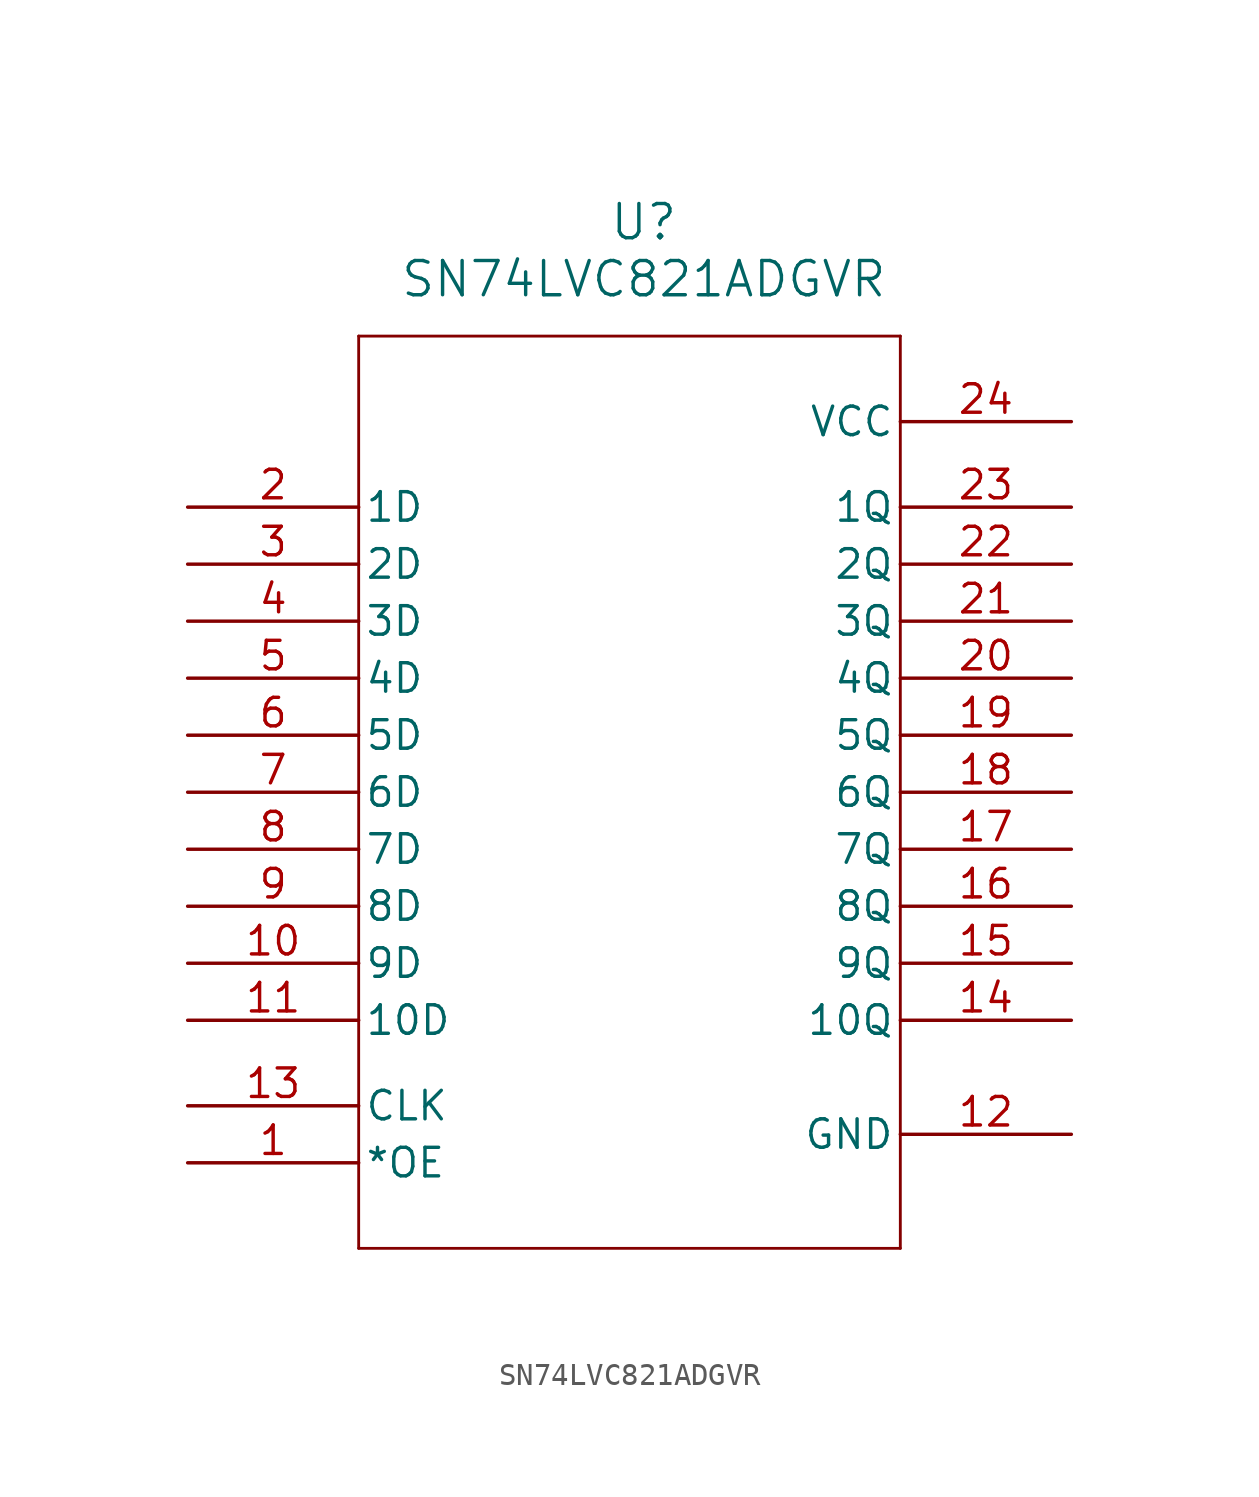
<source format=kicad_sym>
(kicad_symbol_lib
  (version 20241209)
  (generator "kicad_symbol_editor")
  (generator_version "9.0")
  (symbol "SN74LVC821ADGVR"
    (pin_names
      (offset 0.254))
    (property "Reference" "U"
      (at 20.32 10.16 0)
      (effects (font (size 1.524 1.524))))
    (property "Value" "SN74LVC821ADGVR"
      (at 20.32 7.62 0)
      (effects (font (size 1.524 1.524))))
    (property "ki_locked" ""
      (at 0 0 0)
      (effects (font (size 1.27 1.27))))
    (symbol "SN74LVC821ADGVR_0_1"
      (polyline (pts (xy 7.62 5.08) (xy 7.62 -35.56)) (stroke (width 0.127) (type default)) (fill (type none)))
      (polyline (pts (xy 7.62 -35.56) (xy 31.75 -35.56)) (stroke (width 0.127) (type default)) (fill (type none)))
      (polyline (pts (xy 31.75 5.08) (xy 7.62 5.08)) (stroke (width 0.127) (type default)) (fill (type none)))
      (polyline (pts (xy 31.75 -35.56) (xy 31.75 5.08)) (stroke (width 0.127) (type default)) (fill (type none)))
      (pin input line (at 0 -2.54 0) (length 7.62) (name "1D" (effects (font (size 1.27 1.27)))) (number "2" (effects (font (size 1.27 1.27)))))
      (pin input line (at 0 -5.08 0) (length 7.62) (name "2D" (effects (font (size 1.27 1.27)))) (number "3" (effects (font (size 1.27 1.27)))))
      (pin input line (at 0 -7.62 0) (length 7.62) (name "3D" (effects (font (size 1.27 1.27)))) (number "4" (effects (font (size 1.27 1.27)))))
      (pin input line (at 0 -10.16 0) (length 7.62) (name "4D" (effects (font (size 1.27 1.27)))) (number "5" (effects (font (size 1.27 1.27)))))
      (pin input line (at 0 -12.7 0) (length 7.62) (name "5D" (effects (font (size 1.27 1.27)))) (number "6" (effects (font (size 1.27 1.27)))))
      (pin input line (at 0 -15.24 0) (length 7.62) (name "6D" (effects (font (size 1.27 1.27)))) (number "7" (effects (font (size 1.27 1.27)))))
      (pin input line (at 0 -17.78 0) (length 7.62) (name "7D" (effects (font (size 1.27 1.27)))) (number "8" (effects (font (size 1.27 1.27)))))
      (pin input line (at 0 -20.32 0) (length 7.62) (name "8D" (effects (font (size 1.27 1.27)))) (number "9" (effects (font (size 1.27 1.27)))))
      (pin input line (at 0 -22.86 0) (length 7.62) (name "9D" (effects (font (size 1.27 1.27)))) (number "10" (effects (font (size 1.27 1.27)))))
      (pin input line (at 0 -25.4 0) (length 7.62) (name "10D" (effects (font (size 1.27 1.27)))) (number "11" (effects (font (size 1.27 1.27)))))
      (pin input line (at 0 -29.21 0) (length 7.62) (name "CLK" (effects (font (size 1.27 1.27)))) (number "13" (effects (font (size 1.27 1.27)))))
      (pin input line (at 0 -31.75 0) (length 7.62) (name "*OE" (effects (font (size 1.27 1.27)))) (number "1" (effects (font (size 1.27 1.27)))))
      (pin power_in line (at 39.37 1.27 180) (length 7.62) (name "VCC" (effects (font (size 1.27 1.27)))) (number "24" (effects (font (size 1.27 1.27)))))
      (pin output line (at 39.37 -2.54 180) (length 7.62) (name "1Q" (effects (font (size 1.27 1.27)))) (number "23" (effects (font (size 1.27 1.27)))))
      (pin output line (at 39.37 -5.08 180) (length 7.62) (name "2Q" (effects (font (size 1.27 1.27)))) (number "22" (effects (font (size 1.27 1.27)))))
      (pin output line (at 39.37 -7.62 180) (length 7.62) (name "3Q" (effects (font (size 1.27 1.27)))) (number "21" (effects (font (size 1.27 1.27)))))
      (pin output line (at 39.37 -10.16 180) (length 7.62) (name "4Q" (effects (font (size 1.27 1.27)))) (number "20" (effects (font (size 1.27 1.27)))))
      (pin output line (at 39.37 -12.7 180) (length 7.62) (name "5Q" (effects (font (size 1.27 1.27)))) (number "19" (effects (font (size 1.27 1.27)))))
      (pin output line (at 39.37 -15.24 180) (length 7.62) (name "6Q" (effects (font (size 1.27 1.27)))) (number "18" (effects (font (size 1.27 1.27)))))
      (pin output line (at 39.37 -17.78 180) (length 7.62) (name "7Q" (effects (font (size 1.27 1.27)))) (number "17" (effects (font (size 1.27 1.27)))))
      (pin output line (at 39.37 -20.32 180) (length 7.62) (name "8Q" (effects (font (size 1.27 1.27)))) (number "16" (effects (font (size 1.27 1.27)))))
      (pin output line (at 39.37 -22.86 180) (length 7.62) (name "9Q" (effects (font (size 1.27 1.27)))) (number "15" (effects (font (size 1.27 1.27)))))
      (pin output line (at 39.37 -25.4 180) (length 7.62) (name "10Q" (effects (font (size 1.27 1.27)))) (number "14" (effects (font (size 1.27 1.27)))))
      (pin power_in line (at 39.37 -30.48 180) (length 7.62) (name "GND" (effects (font (size 1.27 1.27)))) (number "12" (effects (font (size 1.27 1.27))))))))
</source>
